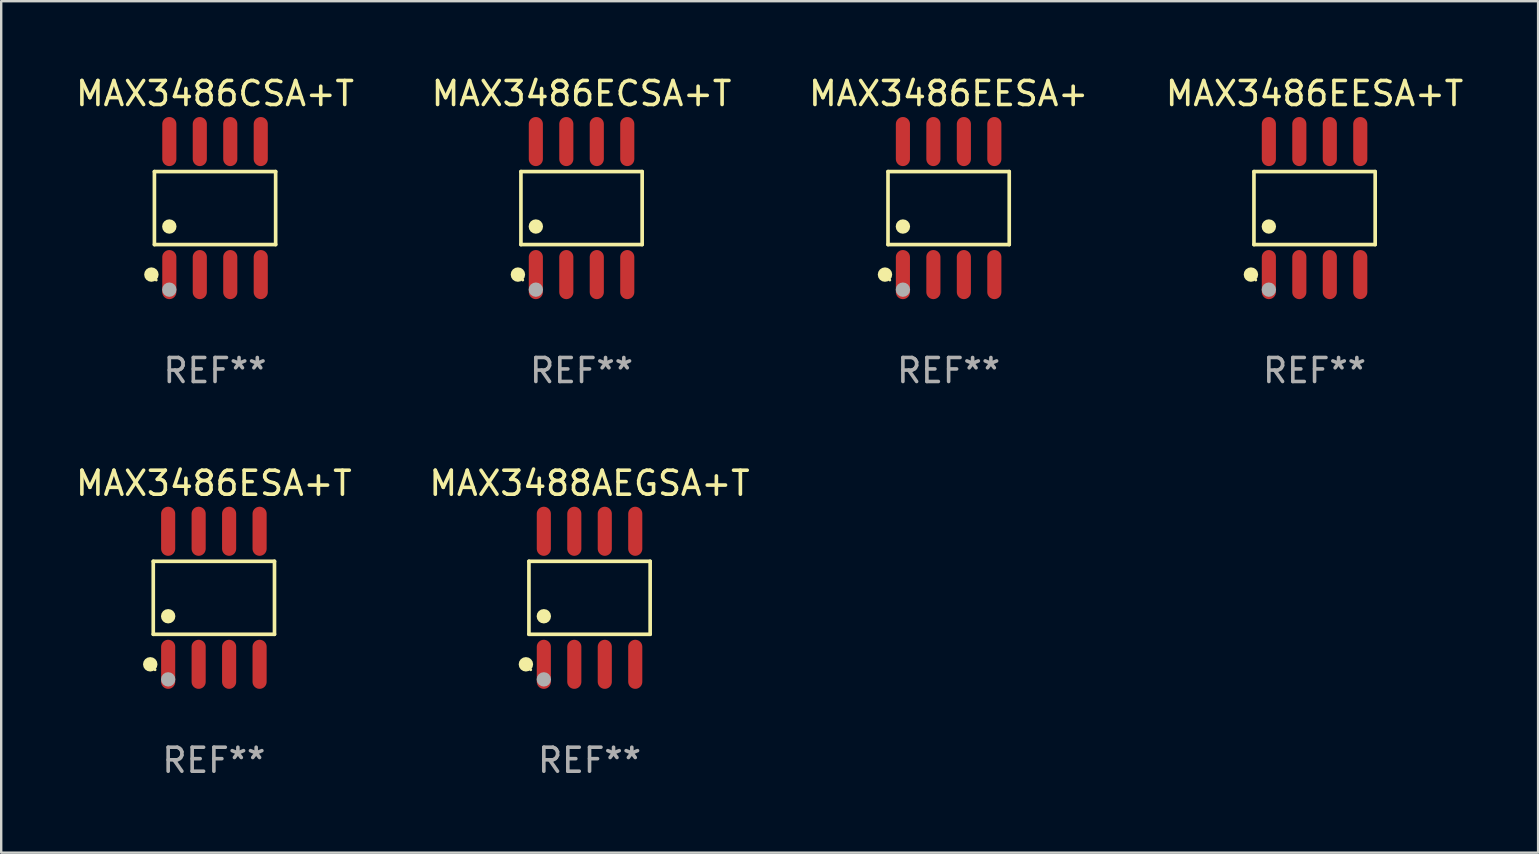
<source format=kicad_pcb>
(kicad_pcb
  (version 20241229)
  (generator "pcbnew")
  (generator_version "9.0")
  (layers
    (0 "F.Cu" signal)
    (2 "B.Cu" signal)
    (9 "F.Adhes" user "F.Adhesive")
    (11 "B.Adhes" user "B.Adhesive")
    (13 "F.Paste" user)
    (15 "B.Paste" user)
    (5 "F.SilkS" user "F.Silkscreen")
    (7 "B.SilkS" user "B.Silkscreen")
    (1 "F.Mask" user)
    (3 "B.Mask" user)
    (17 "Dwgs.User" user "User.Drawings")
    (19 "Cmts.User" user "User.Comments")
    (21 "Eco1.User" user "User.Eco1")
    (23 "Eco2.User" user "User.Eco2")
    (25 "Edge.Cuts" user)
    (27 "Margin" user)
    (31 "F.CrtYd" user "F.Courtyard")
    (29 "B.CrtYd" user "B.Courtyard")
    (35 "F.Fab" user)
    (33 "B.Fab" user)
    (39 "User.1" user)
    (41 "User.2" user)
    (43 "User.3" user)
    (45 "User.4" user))
  (footprint "MAX3486ECSA+T"
    (layer "F.Cu")
    (at 21.185 5.621)
    (property "Reference" "MAX3486ECSA+T" (at 0 -4.772 0) (layer "F.SilkS") (effects (font (size 1 1) (thickness 0.15))))
    (attr through_hole)
    (fp_line (start -2.526 -1.521) (end 2.526 -1.521) (stroke (width 0.152) (type solid)) (layer "F.SilkS"))
    (fp_line (start -2.526 1.521) (end -2.526 -1.521) (stroke (width 0.152) (type solid)) (layer "F.SilkS"))
    (fp_line (start 2.526 -1.521) (end 2.526 1.521) (stroke (width 0.152) (type solid)) (layer "F.SilkS"))
    (fp_line (start 2.526 1.521) (end -2.526 1.521) (stroke (width 0.152) (type solid)) (layer "F.SilkS"))
    (fp_circle (center -2.652 2.772) (end -2.501 2.772) (stroke (width 0.3) (type solid)) (fill no) (layer "F.SilkS"))
    (fp_circle (center -2.45 3) (end -2.42 3) (stroke (width 0.06) (type solid)) (fill no) (layer "F.SilkS"))
    (fp_circle (center -1.905 0.769) (end -1.755 0.769) (stroke (width 0.3) (type solid)) (fill no) (layer "F.SilkS"))
    (fp_circle (center -1.905 3.4) (end -1.755 3.4) (stroke (width 0.3) (type solid)) (fill no) (layer "F.Fab"))
    (fp_text user "REF**" (at 0 6.772 0) (layer "F.Fab") (effects (font (size 1 1) (thickness 0.15))))
    (pad "1" smd oval (at -1.905 2.772) (size 0.588 2.045) (layers "F.Cu" "F.Mask" "F.Paste"))
    (pad "2" smd oval (at -0.635 2.772) (size 0.588 2.045) (layers "F.Cu" "F.Mask" "F.Paste"))
    (pad "3" smd oval (at 0.635 2.772) (size 0.588 2.045) (layers "F.Cu" "F.Mask" "F.Paste"))
    (pad "4" smd oval (at 1.905 2.772) (size 0.588 2.045) (layers "F.Cu" "F.Mask" "F.Paste"))
    (pad "5" smd oval (at 1.905 -2.772) (size 0.588 2.045) (layers "F.Cu" "F.Mask" "F.Paste"))
    (pad "6" smd oval (at 0.635 -2.772) (size 0.588 2.045) (layers "F.Cu" "F.Mask" "F.Paste"))
    (pad "7" smd oval (at -0.635 -2.772) (size 0.588 2.045) (layers "F.Cu" "F.Mask" "F.Paste"))
    (pad "8" smd oval (at -1.905 -2.772) (size 0.588 2.045) (layers "F.Cu" "F.Mask" "F.Paste")))
  (footprint "MAX3488AEGSA+T"
    (layer "F.Cu")
    (at 21.518 21.862)
    (property "Reference" "MAX3488AEGSA+T" (at 0 -4.772 0) (layer "F.SilkS") (effects (font (size 1 1) (thickness 0.15))))
    (attr through_hole)
    (fp_line (start -2.526 -1.521) (end 2.526 -1.521) (stroke (width 0.152) (type solid)) (layer "F.SilkS"))
    (fp_line (start -2.526 1.521) (end -2.526 -1.521) (stroke (width 0.152) (type solid)) (layer "F.SilkS"))
    (fp_line (start 2.526 -1.521) (end 2.526 1.521) (stroke (width 0.152) (type solid)) (layer "F.SilkS"))
    (fp_line (start 2.526 1.521) (end -2.526 1.521) (stroke (width 0.152) (type solid)) (layer "F.SilkS"))
    (fp_circle (center -2.652 2.772) (end -2.501 2.772) (stroke (width 0.3) (type solid)) (fill no) (layer "F.SilkS"))
    (fp_circle (center -2.45 3) (end -2.42 3) (stroke (width 0.06) (type solid)) (fill no) (layer "F.SilkS"))
    (fp_circle (center -1.905 0.769) (end -1.755 0.769) (stroke (width 0.3) (type solid)) (fill no) (layer "F.SilkS"))
    (fp_circle (center -1.905 3.4) (end -1.755 3.4) (stroke (width 0.3) (type solid)) (fill no) (layer "F.Fab"))
    (fp_text user "REF**" (at 0 6.772 0) (layer "F.Fab") (effects (font (size 1 1) (thickness 0.15))))
    (pad "1" smd oval (at -1.905 2.772) (size 0.588 2.045) (layers "F.Cu" "F.Mask" "F.Paste"))
    (pad "2" smd oval (at -0.635 2.772) (size 0.588 2.045) (layers "F.Cu" "F.Mask" "F.Paste"))
    (pad "3" smd oval (at 0.635 2.772) (size 0.588 2.045) (layers "F.Cu" "F.Mask" "F.Paste"))
    (pad "4" smd oval (at 1.905 2.772) (size 0.588 2.045) (layers "F.Cu" "F.Mask" "F.Paste"))
    (pad "5" smd oval (at 1.905 -2.772) (size 0.588 2.045) (layers "F.Cu" "F.Mask" "F.Paste"))
    (pad "6" smd oval (at 0.635 -2.772) (size 0.588 2.045) (layers "F.Cu" "F.Mask" "F.Paste"))
    (pad "7" smd oval (at -0.635 -2.772) (size 0.588 2.045) (layers "F.Cu" "F.Mask" "F.Paste"))
    (pad "8" smd oval (at -1.905 -2.772) (size 0.588 2.045) (layers "F.Cu" "F.Mask" "F.Paste")))
  (footprint "MAX3486EESA+T"
    (layer "F.Cu")
    (at 51.732 5.621)
    (property "Reference" "MAX3486EESA+T" (at 0 -4.772 0) (layer "F.SilkS") (effects (font (size 1 1) (thickness 0.15))))
    (attr through_hole)
    (fp_line (start -2.526 -1.521) (end 2.526 -1.521) (stroke (width 0.152) (type solid)) (layer "F.SilkS"))
    (fp_line (start -2.526 1.521) (end -2.526 -1.521) (stroke (width 0.152) (type solid)) (layer "F.SilkS"))
    (fp_line (start 2.526 -1.521) (end 2.526 1.521) (stroke (width 0.152) (type solid)) (layer "F.SilkS"))
    (fp_line (start 2.526 1.521) (end -2.526 1.521) (stroke (width 0.152) (type solid)) (layer "F.SilkS"))
    (fp_circle (center -2.652 2.772) (end -2.501 2.772) (stroke (width 0.3) (type solid)) (fill no) (layer "F.SilkS"))
    (fp_circle (center -2.45 3) (end -2.42 3) (stroke (width 0.06) (type solid)) (fill no) (layer "F.SilkS"))
    (fp_circle (center -1.905 0.769) (end -1.755 0.769) (stroke (width 0.3) (type solid)) (fill no) (layer "F.SilkS"))
    (fp_circle (center -1.905 3.4) (end -1.755 3.4) (stroke (width 0.3) (type solid)) (fill no) (layer "F.Fab"))
    (fp_text user "REF**" (at 0 6.772 0) (layer "F.Fab") (effects (font (size 1 1) (thickness 0.15))))
    (pad "1" smd oval (at -1.905 2.772) (size 0.588 2.045) (layers "F.Cu" "F.Mask" "F.Paste"))
    (pad "2" smd oval (at -0.635 2.772) (size 0.588 2.045) (layers "F.Cu" "F.Mask" "F.Paste"))
    (pad "3" smd oval (at 0.635 2.772) (size 0.588 2.045) (layers "F.Cu" "F.Mask" "F.Paste"))
    (pad "4" smd oval (at 1.905 2.772) (size 0.588 2.045) (layers "F.Cu" "F.Mask" "F.Paste"))
    (pad "5" smd oval (at 1.905 -2.772) (size 0.588 2.045) (layers "F.Cu" "F.Mask" "F.Paste"))
    (pad "6" smd oval (at 0.635 -2.772) (size 0.588 2.045) (layers "F.Cu" "F.Mask" "F.Paste"))
    (pad "7" smd oval (at -0.635 -2.772) (size 0.588 2.045) (layers "F.Cu" "F.Mask" "F.Paste"))
    (pad "8" smd oval (at -1.905 -2.772) (size 0.588 2.045) (layers "F.Cu" "F.Mask" "F.Paste")))
  (footprint "MAX3486EESA+"
    (layer "F.Cu")
    (at 36.482 5.621)
    (property "Reference" "MAX3486EESA+" (at 0 -4.772 0) (layer "F.SilkS") (effects (font (size 1 1) (thickness 0.15))))
    (attr through_hole)
    (fp_line (start -2.526 -1.521) (end 2.526 -1.521) (stroke (width 0.152) (type solid)) (layer "F.SilkS"))
    (fp_line (start -2.526 1.521) (end -2.526 -1.521) (stroke (width 0.152) (type solid)) (layer "F.SilkS"))
    (fp_line (start 2.526 -1.521) (end 2.526 1.521) (stroke (width 0.152) (type solid)) (layer "F.SilkS"))
    (fp_line (start 2.526 1.521) (end -2.526 1.521) (stroke (width 0.152) (type solid)) (layer "F.SilkS"))
    (fp_circle (center -2.652 2.772) (end -2.501 2.772) (stroke (width 0.3) (type solid)) (fill no) (layer "F.SilkS"))
    (fp_circle (center -2.45 3) (end -2.42 3) (stroke (width 0.06) (type solid)) (fill no) (layer "F.SilkS"))
    (fp_circle (center -1.905 0.769) (end -1.755 0.769) (stroke (width 0.3) (type solid)) (fill no) (layer "F.SilkS"))
    (fp_circle (center -1.905 3.4) (end -1.755 3.4) (stroke (width 0.3) (type solid)) (fill no) (layer "F.Fab"))
    (fp_text user "REF**" (at 0 6.772 0) (layer "F.Fab") (effects (font (size 1 1) (thickness 0.15))))
    (pad "1" smd oval (at -1.905 2.772) (size 0.588 2.045) (layers "F.Cu" "F.Mask" "F.Paste"))
    (pad "2" smd oval (at -0.635 2.772) (size 0.588 2.045) (layers "F.Cu" "F.Mask" "F.Paste"))
    (pad "3" smd oval (at 0.635 2.772) (size 0.588 2.045) (layers "F.Cu" "F.Mask" "F.Paste"))
    (pad "4" smd oval (at 1.905 2.772) (size 0.588 2.045) (layers "F.Cu" "F.Mask" "F.Paste"))
    (pad "5" smd oval (at 1.905 -2.772) (size 0.588 2.045) (layers "F.Cu" "F.Mask" "F.Paste"))
    (pad "6" smd oval (at 0.635 -2.772) (size 0.588 2.045) (layers "F.Cu" "F.Mask" "F.Paste"))
    (pad "7" smd oval (at -0.635 -2.772) (size 0.588 2.045) (layers "F.Cu" "F.Mask" "F.Paste"))
    (pad "8" smd oval (at -1.905 -2.772) (size 0.588 2.045) (layers "F.Cu" "F.Mask" "F.Paste")))
  (footprint "MAX3486CSA+T"
    (layer "F.Cu")
    (at 5.911 5.621)
    (property "Reference" "MAX3486CSA+T" (at 0 -4.772 0) (layer "F.SilkS") (effects (font (size 1 1) (thickness 0.15))))
    (attr through_hole)
    (fp_line (start -2.526 -1.521) (end 2.526 -1.521) (stroke (width 0.152) (type solid)) (layer "F.SilkS"))
    (fp_line (start -2.526 1.521) (end -2.526 -1.521) (stroke (width 0.152) (type solid)) (layer "F.SilkS"))
    (fp_line (start 2.526 -1.521) (end 2.526 1.521) (stroke (width 0.152) (type solid)) (layer "F.SilkS"))
    (fp_line (start 2.526 1.521) (end -2.526 1.521) (stroke (width 0.152) (type solid)) (layer "F.SilkS"))
    (fp_circle (center -2.652 2.772) (end -2.501 2.772) (stroke (width 0.3) (type solid)) (fill no) (layer "F.SilkS"))
    (fp_circle (center -2.45 3) (end -2.42 3) (stroke (width 0.06) (type solid)) (fill no) (layer "F.SilkS"))
    (fp_circle (center -1.905 0.769) (end -1.755 0.769) (stroke (width 0.3) (type solid)) (fill no) (layer "F.SilkS"))
    (fp_circle (center -1.905 3.4) (end -1.755 3.4) (stroke (width 0.3) (type solid)) (fill no) (layer "F.Fab"))
    (fp_text user "REF**" (at 0 6.772 0) (layer "F.Fab") (effects (font (size 1 1) (thickness 0.15))))
    (pad "1" smd oval (at -1.905 2.772) (size 0.588 2.045) (layers "F.Cu" "F.Mask" "F.Paste"))
    (pad "2" smd oval (at -0.635 2.772) (size 0.588 2.045) (layers "F.Cu" "F.Mask" "F.Paste"))
    (pad "3" smd oval (at 0.635 2.772) (size 0.588 2.045) (layers "F.Cu" "F.Mask" "F.Paste"))
    (pad "4" smd oval (at 1.905 2.772) (size 0.588 2.045) (layers "F.Cu" "F.Mask" "F.Paste"))
    (pad "5" smd oval (at 1.905 -2.772) (size 0.588 2.045) (layers "F.Cu" "F.Mask" "F.Paste"))
    (pad "6" smd oval (at 0.635 -2.772) (size 0.588 2.045) (layers "F.Cu" "F.Mask" "F.Paste"))
    (pad "7" smd oval (at -0.635 -2.772) (size 0.588 2.045) (layers "F.Cu" "F.Mask" "F.Paste"))
    (pad "8" smd oval (at -1.905 -2.772) (size 0.588 2.045) (layers "F.Cu" "F.Mask" "F.Paste")))
  (footprint "MAX3486ESA+T"
    (layer "F.Cu")
    (at 5.863 21.862)
    (property "Reference" "MAX3486ESA+T" (at 0 -4.772 0) (layer "F.SilkS") (effects (font (size 1 1) (thickness 0.15))))
    (attr through_hole)
    (fp_line (start -2.526 -1.521) (end 2.526 -1.521) (stroke (width 0.152) (type solid)) (layer "F.SilkS"))
    (fp_line (start -2.526 1.521) (end -2.526 -1.521) (stroke (width 0.152) (type solid)) (layer "F.SilkS"))
    (fp_line (start 2.526 -1.521) (end 2.526 1.521) (stroke (width 0.152) (type solid)) (layer "F.SilkS"))
    (fp_line (start 2.526 1.521) (end -2.526 1.521) (stroke (width 0.152) (type solid)) (layer "F.SilkS"))
    (fp_circle (center -2.652 2.772) (end -2.501 2.772) (stroke (width 0.3) (type solid)) (fill no) (layer "F.SilkS"))
    (fp_circle (center -2.45 3) (end -2.42 3) (stroke (width 0.06) (type solid)) (fill no) (layer "F.SilkS"))
    (fp_circle (center -1.905 0.769) (end -1.755 0.769) (stroke (width 0.3) (type solid)) (fill no) (layer "F.SilkS"))
    (fp_circle (center -1.905 3.4) (end -1.755 3.4) (stroke (width 0.3) (type solid)) (fill no) (layer "F.Fab"))
    (fp_text user "REF**" (at 0 6.772 0) (layer "F.Fab") (effects (font (size 1 1) (thickness 0.15))))
    (pad "1" smd oval (at -1.905 2.772) (size 0.588 2.045) (layers "F.Cu" "F.Mask" "F.Paste"))
    (pad "2" smd oval (at -0.635 2.772) (size 0.588 2.045) (layers "F.Cu" "F.Mask" "F.Paste"))
    (pad "3" smd oval (at 0.635 2.772) (size 0.588 2.045) (layers "F.Cu" "F.Mask" "F.Paste"))
    (pad "4" smd oval (at 1.905 2.772) (size 0.588 2.045) (layers "F.Cu" "F.Mask" "F.Paste"))
    (pad "5" smd oval (at 1.905 -2.772) (size 0.588 2.045) (layers "F.Cu" "F.Mask" "F.Paste"))
    (pad "6" smd oval (at 0.635 -2.772) (size 0.588 2.045) (layers "F.Cu" "F.Mask" "F.Paste"))
    (pad "7" smd oval (at -0.635 -2.772) (size 0.588 2.045) (layers "F.Cu" "F.Mask" "F.Paste"))
    (pad "8" smd oval (at -1.905 -2.772) (size 0.588 2.045) (layers "F.Cu" "F.Mask" "F.Paste")))
  (gr_rect
    (start -3 -3)
    (end 61.048 32.483)
    (stroke (width 0.1) (type default))
    (fill no)
    (layer "Edge.Cuts")))
</source>
